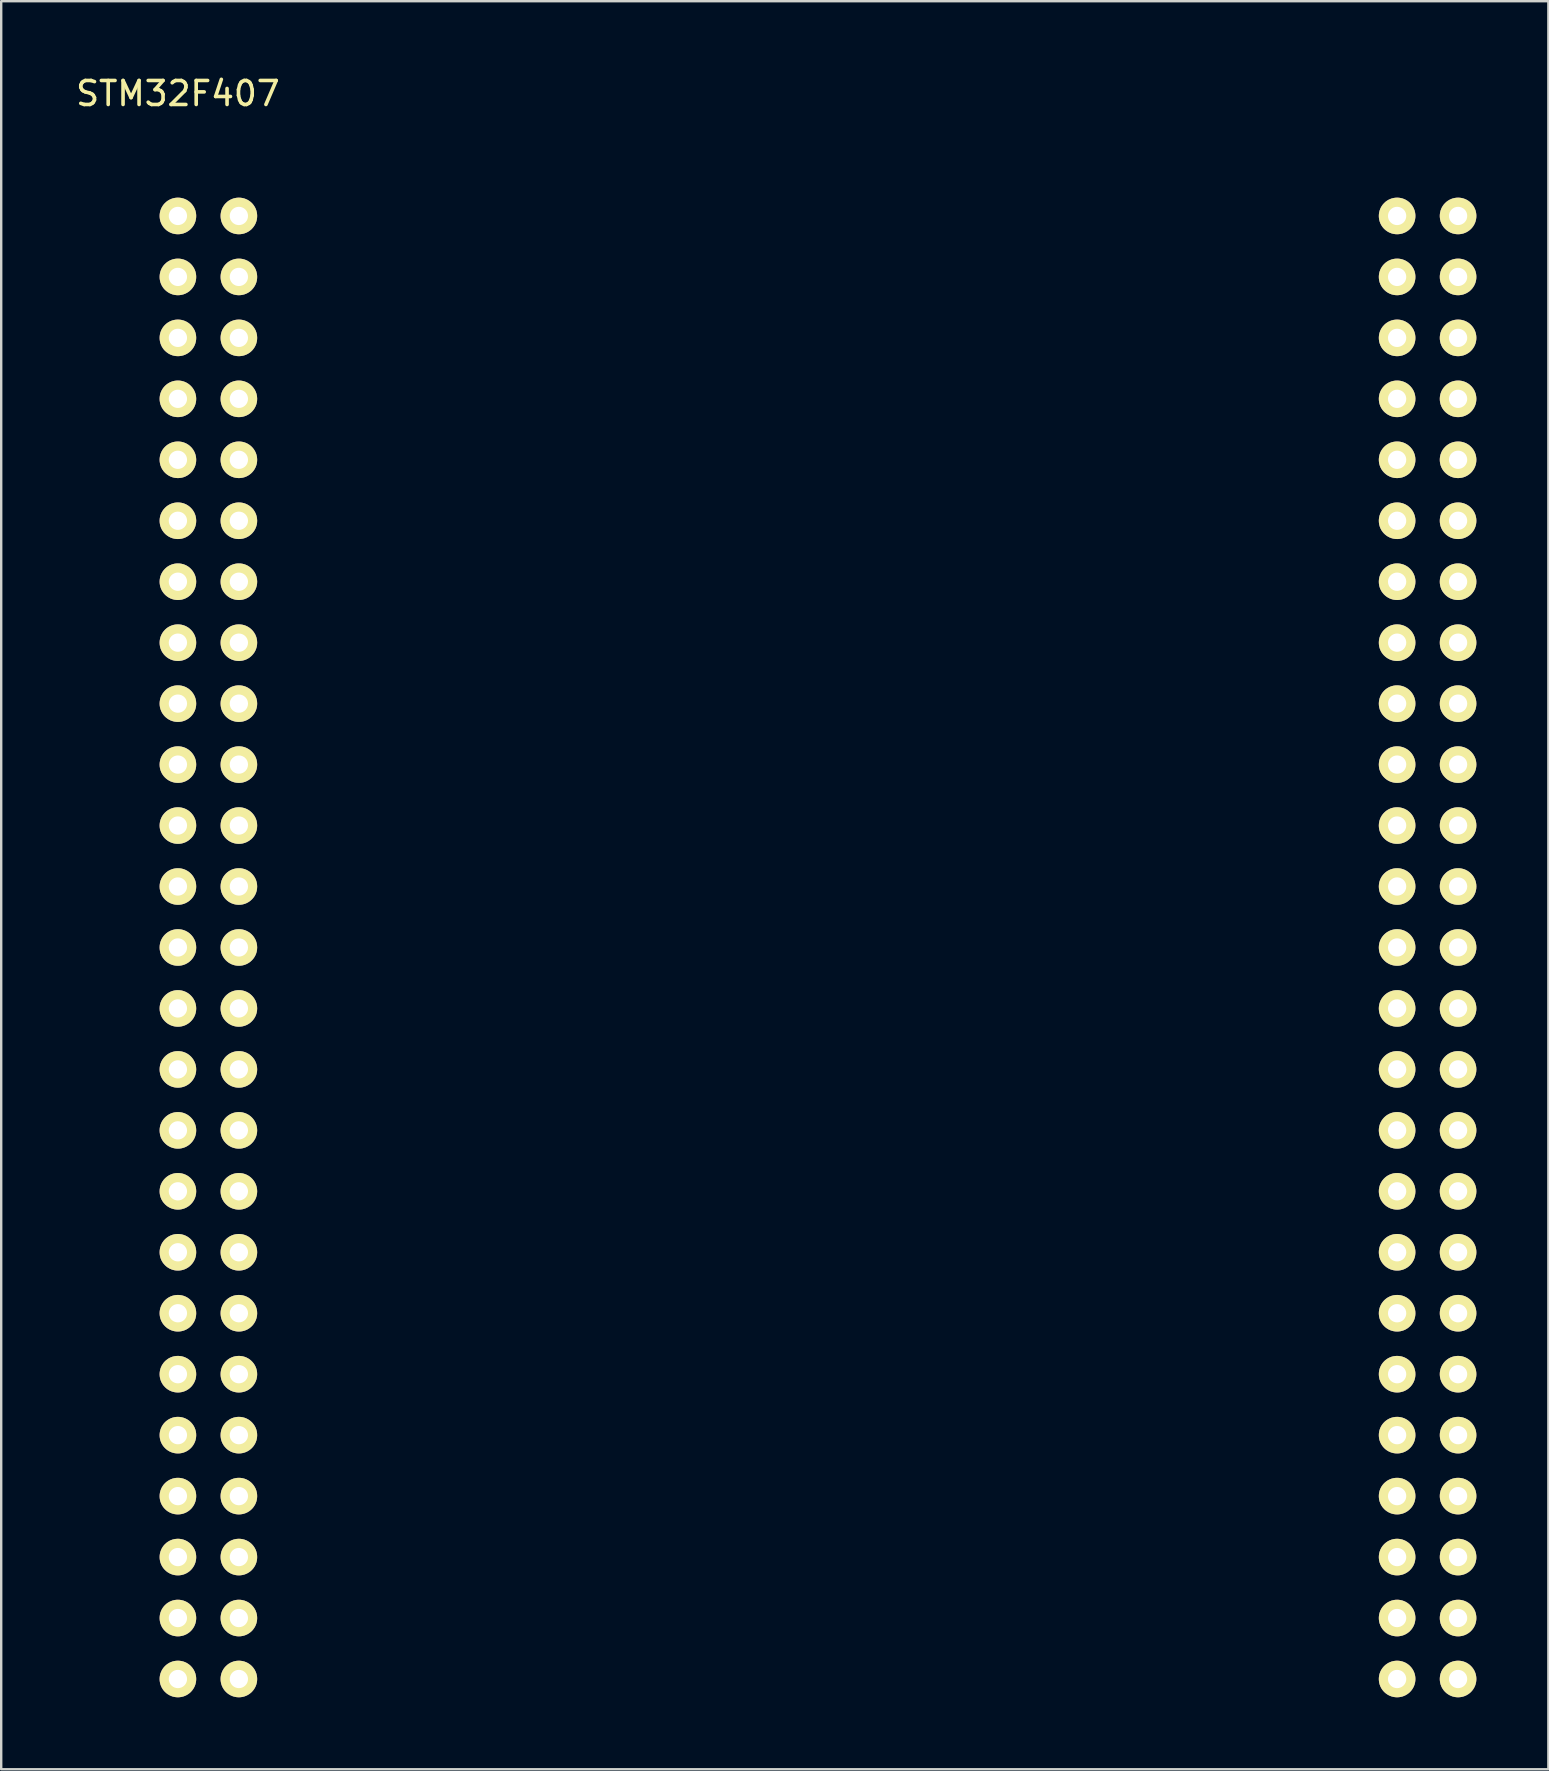
<source format=kicad_pcb>
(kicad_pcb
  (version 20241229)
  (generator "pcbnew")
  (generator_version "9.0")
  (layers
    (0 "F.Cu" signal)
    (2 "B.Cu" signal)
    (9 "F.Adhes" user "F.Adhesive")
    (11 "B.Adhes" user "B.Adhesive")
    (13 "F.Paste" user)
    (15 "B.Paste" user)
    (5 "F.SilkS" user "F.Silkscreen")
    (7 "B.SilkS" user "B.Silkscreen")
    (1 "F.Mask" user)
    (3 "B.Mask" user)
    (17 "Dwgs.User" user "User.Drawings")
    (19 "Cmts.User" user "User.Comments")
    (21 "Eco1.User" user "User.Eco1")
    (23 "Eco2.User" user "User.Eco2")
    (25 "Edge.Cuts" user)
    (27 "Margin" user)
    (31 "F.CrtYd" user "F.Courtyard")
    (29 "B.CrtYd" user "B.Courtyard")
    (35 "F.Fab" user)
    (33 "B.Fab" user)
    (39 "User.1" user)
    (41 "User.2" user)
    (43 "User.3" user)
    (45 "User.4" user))
  (footprint "STM32F407"
    (layer "F.Cu")
    (at 4.363 5.948)
    (property "Reference" "STM32F407" (at 0 -5.1 0) (layer "F.SilkS") (effects (font (size 1 1) (thickness 0.15))))
    (attr through_hole)
    (pad "1" thru_hole circle (at 0 0) (size 1.524 1.524) (drill 0.762) (layers "*.Cu" "*.Mask" "F.SilkS"))
    (pad "2" thru_hole circle (at 2.54 0) (size 1.524 1.524) (drill 0.762) (layers "*.Cu" "*.Mask" "F.SilkS"))
    (pad "3" thru_hole circle (at 0 2.54) (size 1.524 1.524) (drill 0.762) (layers "*.Cu" "*.Mask" "F.SilkS"))
    (pad "4" thru_hole circle (at 2.54 2.54) (size 1.524 1.524) (drill 0.762) (layers "*.Cu" "*.Mask" "F.SilkS"))
    (pad "5" thru_hole circle (at 0 5.08) (size 1.524 1.524) (drill 0.762) (layers "*.Cu" "*.Mask" "F.SilkS"))
    (pad "6" thru_hole circle (at 2.54 5.08) (size 1.524 1.524) (drill 0.762) (layers "*.Cu" "*.Mask" "F.SilkS"))
    (pad "7" thru_hole circle (at 0 7.62) (size 1.524 1.524) (drill 0.762) (layers "*.Cu" "*.Mask" "F.SilkS"))
    (pad "8" thru_hole circle (at 2.54 7.62) (size 1.524 1.524) (drill 0.762) (layers "*.Cu" "*.Mask" "F.SilkS"))
    (pad "9" thru_hole circle (at 0 10.16) (size 1.524 1.524) (drill 0.762) (layers "*.Cu" "*.Mask" "F.SilkS"))
    (pad "10" thru_hole circle (at 2.54 10.16) (size 1.524 1.524) (drill 0.762) (layers "*.Cu" "*.Mask" "F.SilkS"))
    (pad "11" thru_hole circle (at 0 12.7) (size 1.524 1.524) (drill 0.762) (layers "*.Cu" "*.Mask" "F.SilkS"))
    (pad "12" thru_hole circle (at 2.54 12.7) (size 1.524 1.524) (drill 0.762) (layers "*.Cu" "*.Mask" "F.SilkS"))
    (pad "13" thru_hole circle (at 0 15.24) (size 1.524 1.524) (drill 0.762) (layers "*.Cu" "*.Mask" "F.SilkS"))
    (pad "14" thru_hole circle (at 2.54 15.24) (size 1.524 1.524) (drill 0.762) (layers "*.Cu" "*.Mask" "F.SilkS"))
    (pad "15" thru_hole circle (at 0 17.78) (size 1.524 1.524) (drill 0.762) (layers "*.Cu" "*.Mask" "F.SilkS"))
    (pad "16" thru_hole circle (at 2.54 17.78) (size 1.524 1.524) (drill 0.762) (layers "*.Cu" "*.Mask" "F.SilkS"))
    (pad "17" thru_hole circle (at 0 20.32) (size 1.524 1.524) (drill 0.762) (layers "*.Cu" "*.Mask" "F.SilkS"))
    (pad "18" thru_hole circle (at 2.54 20.32) (size 1.524 1.524) (drill 0.762) (layers "*.Cu" "*.Mask" "F.SilkS"))
    (pad "19" thru_hole circle (at 0 22.86) (size 1.524 1.524) (drill 0.762) (layers "*.Cu" "*.Mask" "F.SilkS"))
    (pad "20" thru_hole circle (at 2.54 22.86) (size 1.524 1.524) (drill 0.762) (layers "*.Cu" "*.Mask" "F.SilkS"))
    (pad "21" thru_hole circle (at 0 25.4) (size 1.524 1.524) (drill 0.762) (layers "*.Cu" "*.Mask" "F.SilkS"))
    (pad "22" thru_hole circle (at 2.54 25.4) (size 1.524 1.524) (drill 0.762) (layers "*.Cu" "*.Mask" "F.SilkS"))
    (pad "23" thru_hole circle (at 0 27.94) (size 1.524 1.524) (drill 0.762) (layers "*.Cu" "*.Mask" "F.SilkS"))
    (pad "24" thru_hole circle (at 2.54 27.94) (size 1.524 1.524) (drill 0.762) (layers "*.Cu" "*.Mask" "F.SilkS"))
    (pad "25" thru_hole circle (at 0 30.48) (size 1.524 1.524) (drill 0.762) (layers "*.Cu" "*.Mask" "F.SilkS"))
    (pad "26" thru_hole circle (at 2.54 30.48) (size 1.524 1.524) (drill 0.762) (layers "*.Cu" "*.Mask" "F.SilkS"))
    (pad "27" thru_hole circle (at 0 33.02) (size 1.524 1.524) (drill 0.762) (layers "*.Cu" "*.Mask" "F.SilkS"))
    (pad "28" thru_hole circle (at 2.54 33.02) (size 1.524 1.524) (drill 0.762) (layers "*.Cu" "*.Mask" "F.SilkS"))
    (pad "29" thru_hole circle (at 0 35.56) (size 1.524 1.524) (drill 0.762) (layers "*.Cu" "*.Mask" "F.SilkS"))
    (pad "30" thru_hole circle (at 2.54 35.56) (size 1.524 1.524) (drill 0.762) (layers "*.Cu" "*.Mask" "F.SilkS"))
    (pad "31" thru_hole circle (at 0 38.1) (size 1.524 1.524) (drill 0.762) (layers "*.Cu" "*.Mask" "F.SilkS"))
    (pad "32" thru_hole circle (at 2.54 38.1) (size 1.524 1.524) (drill 0.762) (layers "*.Cu" "*.Mask" "F.SilkS"))
    (pad "33" thru_hole circle (at 0 40.64) (size 1.524 1.524) (drill 0.762) (layers "*.Cu" "*.Mask" "F.SilkS"))
    (pad "34" thru_hole circle (at 2.54 40.64) (size 1.524 1.524) (drill 0.762) (layers "*.Cu" "*.Mask" "F.SilkS"))
    (pad "35" thru_hole circle (at 0 43.18) (size 1.524 1.524) (drill 0.762) (layers "*.Cu" "*.Mask" "F.SilkS"))
    (pad "36" thru_hole circle (at 2.54 43.18) (size 1.524 1.524) (drill 0.762) (layers "*.Cu" "*.Mask" "F.SilkS"))
    (pad "37" thru_hole circle (at 0 45.72) (size 1.524 1.524) (drill 0.762) (layers "*.Cu" "*.Mask" "F.SilkS"))
    (pad "38" thru_hole circle (at 2.54 45.72) (size 1.524 1.524) (drill 0.762) (layers "*.Cu" "*.Mask" "F.SilkS"))
    (pad "39" thru_hole circle (at 0 48.26) (size 1.524 1.524) (drill 0.762) (layers "*.Cu" "*.Mask" "F.SilkS"))
    (pad "40" thru_hole circle (at 2.54 48.26) (size 1.524 1.524) (drill 0.762) (layers "*.Cu" "*.Mask" "F.SilkS"))
    (pad "41" thru_hole circle (at 0 50.8) (size 1.524 1.524) (drill 0.762) (layers "*.Cu" "*.Mask" "F.SilkS"))
    (pad "42" thru_hole circle (at 2.54 50.8) (size 1.524 1.524) (drill 0.762) (layers "*.Cu" "*.Mask" "F.SilkS"))
    (pad "43" thru_hole circle (at 0 53.34) (size 1.524 1.524) (drill 0.762) (layers "*.Cu" "*.Mask" "F.SilkS"))
    (pad "44" thru_hole circle (at 2.54 53.34) (size 1.524 1.524) (drill 0.762) (layers "*.Cu" "*.Mask" "F.SilkS"))
    (pad "45" thru_hole circle (at 0 55.88) (size 1.524 1.524) (drill 0.762) (layers "*.Cu" "*.Mask" "F.SilkS"))
    (pad "46" thru_hole circle (at 2.54 55.88) (size 1.524 1.524) (drill 0.762) (layers "*.Cu" "*.Mask" "F.SilkS"))
    (pad "47" thru_hole circle (at 0 58.42) (size 1.524 1.524) (drill 0.762) (layers "*.Cu" "*.Mask" "F.SilkS"))
    (pad "48" thru_hole circle (at 2.54 58.42) (size 1.524 1.524) (drill 0.762) (layers "*.Cu" "*.Mask" "F.SilkS"))
    (pad "49" thru_hole circle (at 0 60.96) (size 1.524 1.524) (drill 0.762) (layers "*.Cu" "*.Mask" "F.SilkS"))
    (pad "50" thru_hole circle (at 2.54 60.96) (size 1.524 1.524) (drill 0.762) (layers "*.Cu" "*.Mask" "F.SilkS"))
    (pad "51" thru_hole circle (at 50.8 0) (size 1.524 1.524) (drill 0.762) (layers "*.Cu" "*.Mask" "F.SilkS"))
    (pad "52" thru_hole circle (at 53.34 0) (size 1.524 1.524) (drill 0.762) (layers "*.Cu" "*.Mask" "F.SilkS"))
    (pad "53" thru_hole circle (at 50.8 2.54) (size 1.524 1.524) (drill 0.762) (layers "*.Cu" "*.Mask" "F.SilkS"))
    (pad "54" thru_hole circle (at 53.34 2.54) (size 1.524 1.524) (drill 0.762) (layers "*.Cu" "*.Mask" "F.SilkS"))
    (pad "55" thru_hole circle (at 50.8 5.08) (size 1.524 1.524) (drill 0.762) (layers "*.Cu" "*.Mask" "F.SilkS"))
    (pad "56" thru_hole circle (at 53.34 5.08) (size 1.524 1.524) (drill 0.762) (layers "*.Cu" "*.Mask" "F.SilkS"))
    (pad "57" thru_hole circle (at 50.8 7.62) (size 1.524 1.524) (drill 0.762) (layers "*.Cu" "*.Mask" "F.SilkS"))
    (pad "58" thru_hole circle (at 53.34 7.62) (size 1.524 1.524) (drill 0.762) (layers "*.Cu" "*.Mask" "F.SilkS"))
    (pad "59" thru_hole circle (at 50.8 10.16) (size 1.524 1.524) (drill 0.762) (layers "*.Cu" "*.Mask" "F.SilkS"))
    (pad "60" thru_hole circle (at 53.34 10.16) (size 1.524 1.524) (drill 0.762) (layers "*.Cu" "*.Mask" "F.SilkS"))
    (pad "61" thru_hole circle (at 50.8 12.7) (size 1.524 1.524) (drill 0.762) (layers "*.Cu" "*.Mask" "F.SilkS"))
    (pad "62" thru_hole circle (at 53.34 12.7) (size 1.524 1.524) (drill 0.762) (layers "*.Cu" "*.Mask" "F.SilkS"))
    (pad "63" thru_hole circle (at 50.8 15.24) (size 1.524 1.524) (drill 0.762) (layers "*.Cu" "*.Mask" "F.SilkS"))
    (pad "64" thru_hole circle (at 53.34 15.24) (size 1.524 1.524) (drill 0.762) (layers "*.Cu" "*.Mask" "F.SilkS"))
    (pad "65" thru_hole circle (at 50.8 17.78) (size 1.524 1.524) (drill 0.762) (layers "*.Cu" "*.Mask" "F.SilkS"))
    (pad "66" thru_hole circle (at 53.34 17.78) (size 1.524 1.524) (drill 0.762) (layers "*.Cu" "*.Mask" "F.SilkS"))
    (pad "67" thru_hole circle (at 50.8 20.32) (size 1.524 1.524) (drill 0.762) (layers "*.Cu" "*.Mask" "F.SilkS"))
    (pad "68" thru_hole circle (at 53.34 20.32) (size 1.524 1.524) (drill 0.762) (layers "*.Cu" "*.Mask" "F.SilkS"))
    (pad "69" thru_hole circle (at 50.8 22.86) (size 1.524 1.524) (drill 0.762) (layers "*.Cu" "*.Mask" "F.SilkS"))
    (pad "70" thru_hole circle (at 53.34 22.86) (size 1.524 1.524) (drill 0.762) (layers "*.Cu" "*.Mask" "F.SilkS"))
    (pad "71" thru_hole circle (at 50.8 25.4) (size 1.524 1.524) (drill 0.762) (layers "*.Cu" "*.Mask" "F.SilkS"))
    (pad "72" thru_hole circle (at 53.34 25.4) (size 1.524 1.524) (drill 0.762) (layers "*.Cu" "*.Mask" "F.SilkS"))
    (pad "73" thru_hole circle (at 50.8 27.94) (size 1.524 1.524) (drill 0.762) (layers "*.Cu" "*.Mask" "F.SilkS"))
    (pad "74" thru_hole circle (at 53.34 27.94) (size 1.524 1.524) (drill 0.762) (layers "*.Cu" "*.Mask" "F.SilkS"))
    (pad "75" thru_hole circle (at 50.8 30.48) (size 1.524 1.524) (drill 0.762) (layers "*.Cu" "*.Mask" "F.SilkS"))
    (pad "76" thru_hole circle (at 53.34 30.48) (size 1.524 1.524) (drill 0.762) (layers "*.Cu" "*.Mask" "F.SilkS"))
    (pad "77" thru_hole circle (at 50.8 33.02) (size 1.524 1.524) (drill 0.762) (layers "*.Cu" "*.Mask" "F.SilkS"))
    (pad "78" thru_hole circle (at 53.34 33.02) (size 1.524 1.524) (drill 0.762) (layers "*.Cu" "*.Mask" "F.SilkS"))
    (pad "79" thru_hole circle (at 50.8 35.56) (size 1.524 1.524) (drill 0.762) (layers "*.Cu" "*.Mask" "F.SilkS"))
    (pad "80" thru_hole circle (at 53.34 35.56) (size 1.524 1.524) (drill 0.762) (layers "*.Cu" "*.Mask" "F.SilkS"))
    (pad "81" thru_hole circle (at 50.8 38.1) (size 1.524 1.524) (drill 0.762) (layers "*.Cu" "*.Mask" "F.SilkS"))
    (pad "82" thru_hole circle (at 53.34 38.1) (size 1.524 1.524) (drill 0.762) (layers "*.Cu" "*.Mask" "F.SilkS"))
    (pad "83" thru_hole circle (at 50.8 40.64) (size 1.524 1.524) (drill 0.762) (layers "*.Cu" "*.Mask" "F.SilkS"))
    (pad "84" thru_hole circle (at 53.34 40.64) (size 1.524 1.524) (drill 0.762) (layers "*.Cu" "*.Mask" "F.SilkS"))
    (pad "85" thru_hole circle (at 50.8 43.18) (size 1.524 1.524) (drill 0.762) (layers "*.Cu" "*.Mask" "F.SilkS"))
    (pad "86" thru_hole circle (at 53.34 43.18) (size 1.524 1.524) (drill 0.762) (layers "*.Cu" "*.Mask" "F.SilkS"))
    (pad "87" thru_hole circle (at 50.8 45.72) (size 1.524 1.524) (drill 0.762) (layers "*.Cu" "*.Mask" "F.SilkS"))
    (pad "88" thru_hole circle (at 53.34 45.72) (size 1.524 1.524) (drill 0.762) (layers "*.Cu" "*.Mask" "F.SilkS"))
    (pad "89" thru_hole circle (at 50.8 48.26) (size 1.524 1.524) (drill 0.762) (layers "*.Cu" "*.Mask" "F.SilkS"))
    (pad "90" thru_hole circle (at 53.34 48.26) (size 1.524 1.524) (drill 0.762) (layers "*.Cu" "*.Mask" "F.SilkS"))
    (pad "91" thru_hole circle (at 50.8 50.8) (size 1.524 1.524) (drill 0.762) (layers "*.Cu" "*.Mask" "F.SilkS"))
    (pad "92" thru_hole circle (at 53.34 50.8) (size 1.524 1.524) (drill 0.762) (layers "*.Cu" "*.Mask" "F.SilkS"))
    (pad "93" thru_hole circle (at 50.8 53.34) (size 1.524 1.524) (drill 0.762) (layers "*.Cu" "*.Mask" "F.SilkS"))
    (pad "94" thru_hole circle (at 53.34 53.34) (size 1.524 1.524) (drill 0.762) (layers "*.Cu" "*.Mask" "F.SilkS"))
    (pad "95" thru_hole circle (at 50.8 55.88) (size 1.524 1.524) (drill 0.762) (layers "*.Cu" "*.Mask" "F.SilkS"))
    (pad "96" thru_hole circle (at 53.34 55.88) (size 1.524 1.524) (drill 0.762) (layers "*.Cu" "*.Mask" "F.SilkS"))
    (pad "97" thru_hole circle (at 50.8 58.42) (size 1.524 1.524) (drill 0.762) (layers "*.Cu" "*.Mask" "F.SilkS"))
    (pad "98" thru_hole circle (at 53.34 58.42) (size 1.524 1.524) (drill 0.762) (layers "*.Cu" "*.Mask" "F.SilkS"))
    (pad "99" thru_hole circle (at 50.8 60.96) (size 1.524 1.524) (drill 0.762) (layers "*.Cu" "*.Mask" "F.SilkS"))
    (pad "100" thru_hole circle (at 53.34 60.96) (size 1.524 1.524) (drill 0.762) (layers "*.Cu" "*.Mask" "F.SilkS")))
  (gr_rect
    (start -3 -3)
    (end 61.465 70.67)
    (stroke (width 0.1) (type default))
    (fill no)
    (layer "Edge.Cuts")))
</source>
